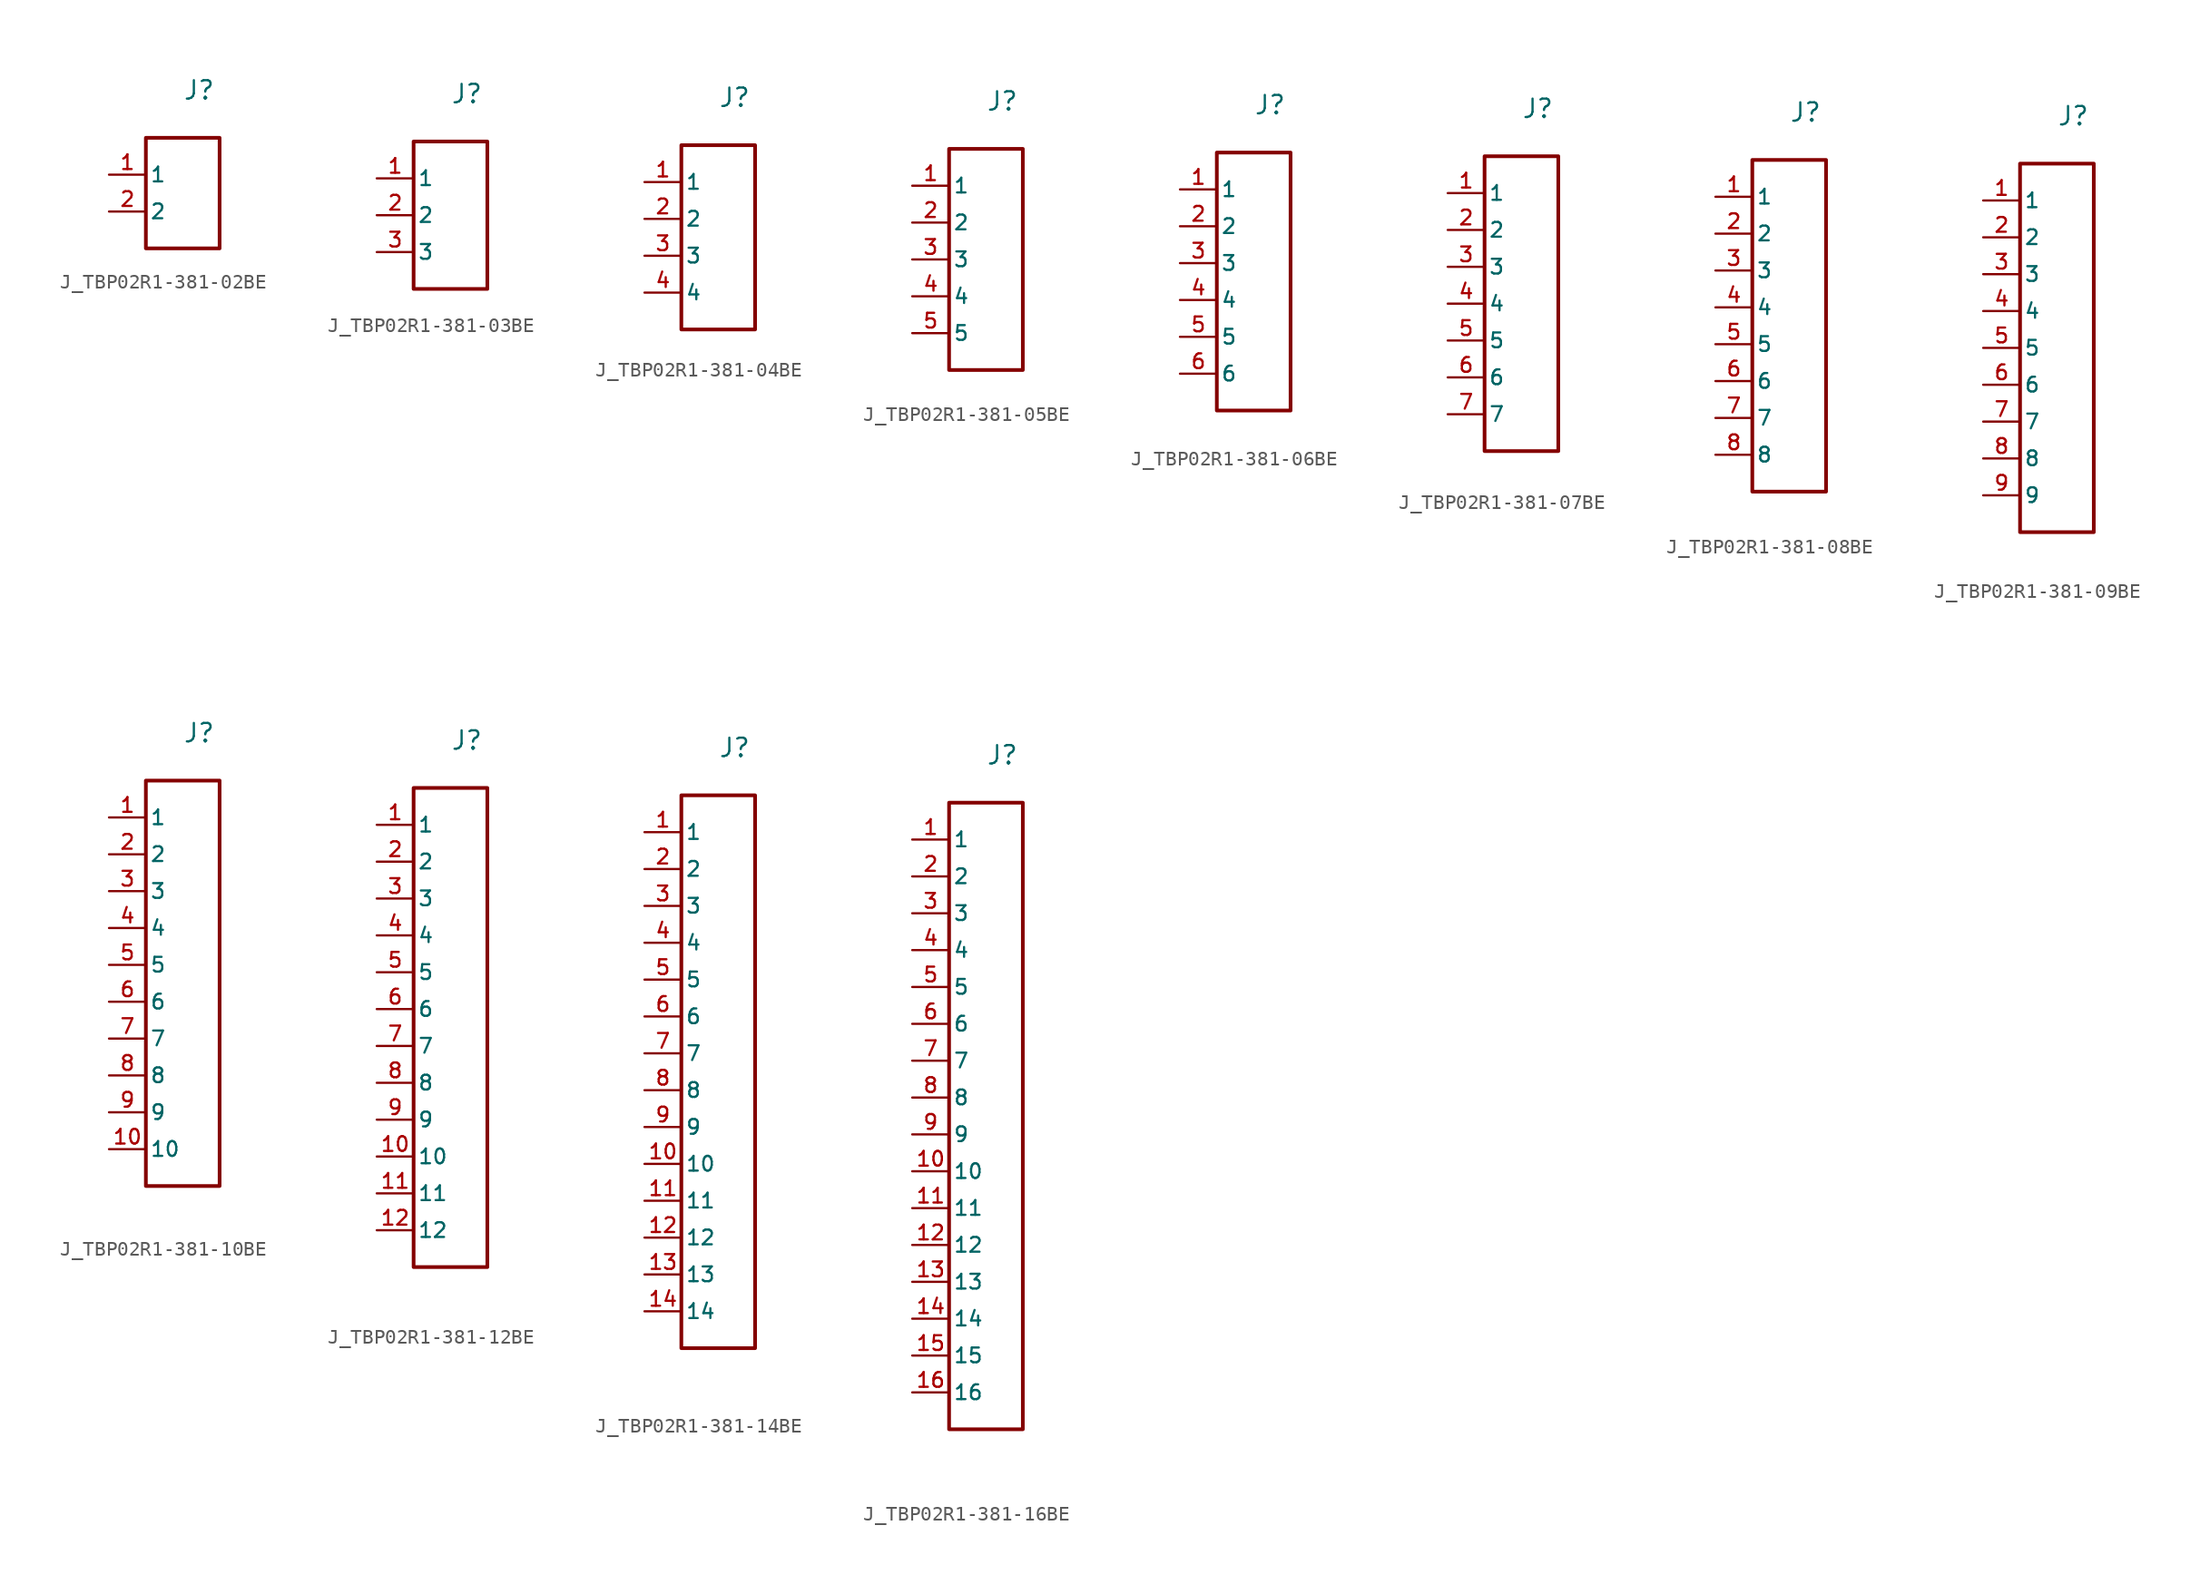
<source format=kicad_sym>
(kicad_symbol_lib
  (version 20231120)
  (generator "kicad_symbol_editor")
  (generator_version "8.0")
  (symbol "J_TBP02R1-381-02BE"
    (pin_names
      (offset 0.254))
    (property "Reference" "J"
      (at 0 6.35 0)
      (effects (font (size 1.27 1.27)) (justify left bottom)))
    (symbol "J_TBP02R1-381-02BE_0_0"
      (pin passive line (at -5.08 1.27 0) (length 2.54) (name "1" (effects (font (size 1.016 1.016)))) (number "1" (effects (font (size 1.016 1.016)))))
      (pin passive line (at -5.08 -1.27 0) (length 2.54) (name "2" (effects (font (size 1.016 1.016)))) (number "2" (effects (font (size 1.016 1.016))))))
    (symbol "J_TBP02R1-381-02BE_1_0"
      (rectangle (start -2.54 3.81) (end 2.54 -3.81) (stroke (width 0.254) (type solid)) (fill (type none)))))
  (symbol "J_TBP02R1-381-03BE"
    (pin_names
      (offset 0.254))
    (property "Reference" "J"
      (at 0 7.62 0)
      (effects (font (size 1.27 1.27)) (justify left bottom)))
    (symbol "J_TBP02R1-381-03BE_0_0"
      (pin passive line (at -5.08 2.54 0) (length 2.54) (name "1" (effects (font (size 1.016 1.016)))) (number "1" (effects (font (size 1.016 1.016)))))
      (pin passive line (at -5.08 0.0 0) (length 2.54) (name "2" (effects (font (size 1.016 1.016)))) (number "2" (effects (font (size 1.016 1.016)))))
      (pin passive line (at -5.08 -2.54 0) (length 2.54) (name "3" (effects (font (size 1.016 1.016)))) (number "3" (effects (font (size 1.016 1.016))))))
    (symbol "J_TBP02R1-381-03BE_1_0"
      (rectangle (start -2.54 5.08) (end 2.54 -5.08) (stroke (width 0.254) (type solid)) (fill (type none)))))
  (symbol "J_TBP02R1-381-04BE"
    (pin_names
      (offset 0.254))
    (property "Reference" "J"
      (at 0 8.89 0)
      (effects (font (size 1.27 1.27)) (justify left bottom)))
    (symbol "J_TBP02R1-381-04BE_0_0"
      (pin passive line (at -5.08 3.81 0) (length 2.54) (name "1" (effects (font (size 1.016 1.016)))) (number "1" (effects (font (size 1.016 1.016)))))
      (pin passive line (at -5.08 1.27 0) (length 2.54) (name "2" (effects (font (size 1.016 1.016)))) (number "2" (effects (font (size 1.016 1.016)))))
      (pin passive line (at -5.08 -1.27 0) (length 2.54) (name "3" (effects (font (size 1.016 1.016)))) (number "3" (effects (font (size 1.016 1.016)))))
      (pin passive line (at -5.08 -3.81 0) (length 2.54) (name "4" (effects (font (size 1.016 1.016)))) (number "4" (effects (font (size 1.016 1.016))))))
    (symbol "J_TBP02R1-381-04BE_1_0"
      (rectangle (start -2.54 6.35) (end 2.54 -6.35) (stroke (width 0.254) (type solid)) (fill (type none)))))
  (symbol "J_TBP02R1-381-05BE"
    (pin_names
      (offset 0.254))
    (property "Reference" "J"
      (at 0 10.16 0)
      (effects (font (size 1.27 1.27)) (justify left bottom)))
    (symbol "J_TBP02R1-381-05BE_0_0"
      (pin passive line (at -5.08 5.08 0) (length 2.54) (name "1" (effects (font (size 1.016 1.016)))) (number "1" (effects (font (size 1.016 1.016)))))
      (pin passive line (at -5.08 2.54 0) (length 2.54) (name "2" (effects (font (size 1.016 1.016)))) (number "2" (effects (font (size 1.016 1.016)))))
      (pin passive line (at -5.08 0.0 0) (length 2.54) (name "3" (effects (font (size 1.016 1.016)))) (number "3" (effects (font (size 1.016 1.016)))))
      (pin passive line (at -5.08 -2.54 0) (length 2.54) (name "4" (effects (font (size 1.016 1.016)))) (number "4" (effects (font (size 1.016 1.016)))))
      (pin passive line (at -5.08 -5.08 0) (length 2.54) (name "5" (effects (font (size 1.016 1.016)))) (number "5" (effects (font (size 1.016 1.016))))))
    (symbol "J_TBP02R1-381-05BE_1_0"
      (rectangle (start -2.54 7.62) (end 2.54 -7.62) (stroke (width 0.254) (type solid)) (fill (type none)))))
  (symbol "J_TBP02R1-381-06BE"
    (pin_names
      (offset 0.254))
    (property "Reference" "J"
      (at 0 11.43 0)
      (effects (font (size 1.27 1.27)) (justify left bottom)))
    (symbol "J_TBP02R1-381-06BE_0_0"
      (pin passive line (at -5.08 6.35 0) (length 2.54) (name "1" (effects (font (size 1.016 1.016)))) (number "1" (effects (font (size 1.016 1.016)))))
      (pin passive line (at -5.08 3.81 0) (length 2.54) (name "2" (effects (font (size 1.016 1.016)))) (number "2" (effects (font (size 1.016 1.016)))))
      (pin passive line (at -5.08 1.27 0) (length 2.54) (name "3" (effects (font (size 1.016 1.016)))) (number "3" (effects (font (size 1.016 1.016)))))
      (pin passive line (at -5.08 -1.27 0) (length 2.54) (name "4" (effects (font (size 1.016 1.016)))) (number "4" (effects (font (size 1.016 1.016)))))
      (pin passive line (at -5.08 -3.81 0) (length 2.54) (name "5" (effects (font (size 1.016 1.016)))) (number "5" (effects (font (size 1.016 1.016)))))
      (pin passive line (at -5.08 -6.35 0) (length 2.54) (name "6" (effects (font (size 1.016 1.016)))) (number "6" (effects (font (size 1.016 1.016))))))
    (symbol "J_TBP02R1-381-06BE_1_0"
      (rectangle (start -2.54 8.89) (end 2.54 -8.89) (stroke (width 0.254) (type solid)) (fill (type none)))))
  (symbol "J_TBP02R1-381-07BE"
    (pin_names
      (offset 0.254))
    (property "Reference" "J"
      (at 0 12.7 0)
      (effects (font (size 1.27 1.27)) (justify left bottom)))
    (symbol "J_TBP02R1-381-07BE_0_0"
      (pin passive line (at -5.08 7.62 0) (length 2.54) (name "1" (effects (font (size 1.016 1.016)))) (number "1" (effects (font (size 1.016 1.016)))))
      (pin passive line (at -5.08 5.08 0) (length 2.54) (name "2" (effects (font (size 1.016 1.016)))) (number "2" (effects (font (size 1.016 1.016)))))
      (pin passive line (at -5.08 2.54 0) (length 2.54) (name "3" (effects (font (size 1.016 1.016)))) (number "3" (effects (font (size 1.016 1.016)))))
      (pin passive line (at -5.08 0.0 0) (length 2.54) (name "4" (effects (font (size 1.016 1.016)))) (number "4" (effects (font (size 1.016 1.016)))))
      (pin passive line (at -5.08 -2.54 0) (length 2.54) (name "5" (effects (font (size 1.016 1.016)))) (number "5" (effects (font (size 1.016 1.016)))))
      (pin passive line (at -5.08 -5.08 0) (length 2.54) (name "6" (effects (font (size 1.016 1.016)))) (number "6" (effects (font (size 1.016 1.016)))))
      (pin passive line (at -5.08 -7.62 0) (length 2.54) (name "7" (effects (font (size 1.016 1.016)))) (number "7" (effects (font (size 1.016 1.016))))))
    (symbol "J_TBP02R1-381-07BE_1_0"
      (rectangle (start -2.54 10.16) (end 2.54 -10.16) (stroke (width 0.254) (type solid)) (fill (type none)))))
  (symbol "J_TBP02R1-381-08BE"
    (pin_names
      (offset 0.254))
    (property "Reference" "J"
      (at 0 13.97 0)
      (effects (font (size 1.27 1.27)) (justify left bottom)))
    (symbol "J_TBP02R1-381-08BE_0_0"
      (pin passive line (at -5.08 8.89 0) (length 2.54) (name "1" (effects (font (size 1.016 1.016)))) (number "1" (effects (font (size 1.016 1.016)))))
      (pin passive line (at -5.08 6.35 0) (length 2.54) (name "2" (effects (font (size 1.016 1.016)))) (number "2" (effects (font (size 1.016 1.016)))))
      (pin passive line (at -5.08 3.81 0) (length 2.54) (name "3" (effects (font (size 1.016 1.016)))) (number "3" (effects (font (size 1.016 1.016)))))
      (pin passive line (at -5.08 1.27 0) (length 2.54) (name "4" (effects (font (size 1.016 1.016)))) (number "4" (effects (font (size 1.016 1.016)))))
      (pin passive line (at -5.08 -1.27 0) (length 2.54) (name "5" (effects (font (size 1.016 1.016)))) (number "5" (effects (font (size 1.016 1.016)))))
      (pin passive line (at -5.08 -3.81 0) (length 2.54) (name "6" (effects (font (size 1.016 1.016)))) (number "6" (effects (font (size 1.016 1.016)))))
      (pin passive line (at -5.08 -6.35 0) (length 2.54) (name "7" (effects (font (size 1.016 1.016)))) (number "7" (effects (font (size 1.016 1.016)))))
      (pin passive line (at -5.08 -8.89 0) (length 2.54) (name "8" (effects (font (size 1.016 1.016)))) (number "8" (effects (font (size 1.016 1.016))))))
    (symbol "J_TBP02R1-381-08BE_1_0"
      (rectangle (start -2.54 11.43) (end 2.54 -11.43) (stroke (width 0.254) (type solid)) (fill (type none)))))
  (symbol "J_TBP02R1-381-09BE"
    (pin_names
      (offset 0.254))
    (property "Reference" "J"
      (at 0 15.24 0)
      (effects (font (size 1.27 1.27)) (justify left bottom)))
    (symbol "J_TBP02R1-381-09BE_0_0"
      (pin passive line (at -5.08 10.16 0) (length 2.54) (name "1" (effects (font (size 1.016 1.016)))) (number "1" (effects (font (size 1.016 1.016)))))
      (pin passive line (at -5.08 7.62 0) (length 2.54) (name "2" (effects (font (size 1.016 1.016)))) (number "2" (effects (font (size 1.016 1.016)))))
      (pin passive line (at -5.08 5.08 0) (length 2.54) (name "3" (effects (font (size 1.016 1.016)))) (number "3" (effects (font (size 1.016 1.016)))))
      (pin passive line (at -5.08 2.54 0) (length 2.54) (name "4" (effects (font (size 1.016 1.016)))) (number "4" (effects (font (size 1.016 1.016)))))
      (pin passive line (at -5.08 0.0 0) (length 2.54) (name "5" (effects (font (size 1.016 1.016)))) (number "5" (effects (font (size 1.016 1.016)))))
      (pin passive line (at -5.08 -2.54 0) (length 2.54) (name "6" (effects (font (size 1.016 1.016)))) (number "6" (effects (font (size 1.016 1.016)))))
      (pin passive line (at -5.08 -5.08 0) (length 2.54) (name "7" (effects (font (size 1.016 1.016)))) (number "7" (effects (font (size 1.016 1.016)))))
      (pin passive line (at -5.08 -7.62 0) (length 2.54) (name "8" (effects (font (size 1.016 1.016)))) (number "8" (effects (font (size 1.016 1.016)))))
      (pin passive line (at -5.08 -10.16 0) (length 2.54) (name "9" (effects (font (size 1.016 1.016)))) (number "9" (effects (font (size 1.016 1.016))))))
    (symbol "J_TBP02R1-381-09BE_1_0"
      (rectangle (start -2.54 12.7) (end 2.54 -12.7) (stroke (width 0.254) (type solid)) (fill (type none)))))
  (symbol "J_TBP02R1-381-10BE"
    (pin_names
      (offset 0.254))
    (property "Reference" "J"
      (at 0 16.51 0)
      (effects (font (size 1.27 1.27)) (justify left bottom)))
    (symbol "J_TBP02R1-381-10BE_0_0"
      (pin passive line (at -5.08 11.43 0) (length 2.54) (name "1" (effects (font (size 1.016 1.016)))) (number "1" (effects (font (size 1.016 1.016)))))
      (pin passive line (at -5.08 8.89 0) (length 2.54) (name "2" (effects (font (size 1.016 1.016)))) (number "2" (effects (font (size 1.016 1.016)))))
      (pin passive line (at -5.08 6.35 0) (length 2.54) (name "3" (effects (font (size 1.016 1.016)))) (number "3" (effects (font (size 1.016 1.016)))))
      (pin passive line (at -5.08 3.81 0) (length 2.54) (name "4" (effects (font (size 1.016 1.016)))) (number "4" (effects (font (size 1.016 1.016)))))
      (pin passive line (at -5.08 1.27 0) (length 2.54) (name "5" (effects (font (size 1.016 1.016)))) (number "5" (effects (font (size 1.016 1.016)))))
      (pin passive line (at -5.08 -1.27 0) (length 2.54) (name "6" (effects (font (size 1.016 1.016)))) (number "6" (effects (font (size 1.016 1.016)))))
      (pin passive line (at -5.08 -3.81 0) (length 2.54) (name "7" (effects (font (size 1.016 1.016)))) (number "7" (effects (font (size 1.016 1.016)))))
      (pin passive line (at -5.08 -6.35 0) (length 2.54) (name "8" (effects (font (size 1.016 1.016)))) (number "8" (effects (font (size 1.016 1.016)))))
      (pin passive line (at -5.08 -8.89 0) (length 2.54) (name "9" (effects (font (size 1.016 1.016)))) (number "9" (effects (font (size 1.016 1.016)))))
      (pin passive line (at -5.08 -11.43 0) (length 2.54) (name "10" (effects (font (size 1.016 1.016)))) (number "10" (effects (font (size 1.016 1.016))))))
    (symbol "J_TBP02R1-381-10BE_1_0"
      (rectangle (start -2.54 13.97) (end 2.54 -13.97) (stroke (width 0.254) (type solid)) (fill (type none)))))
  (symbol "J_TBP02R1-381-12BE"
    (pin_names
      (offset 0.254))
    (property "Reference" "J"
      (at 0 19.05 0)
      (effects (font (size 1.27 1.27)) (justify left bottom)))
    (symbol "J_TBP02R1-381-12BE_0_0"
      (pin passive line (at -5.08 13.97 0) (length 2.54) (name "1" (effects (font (size 1.016 1.016)))) (number "1" (effects (font (size 1.016 1.016)))))
      (pin passive line (at -5.08 11.43 0) (length 2.54) (name "2" (effects (font (size 1.016 1.016)))) (number "2" (effects (font (size 1.016 1.016)))))
      (pin passive line (at -5.08 8.89 0) (length 2.54) (name "3" (effects (font (size 1.016 1.016)))) (number "3" (effects (font (size 1.016 1.016)))))
      (pin passive line (at -5.08 6.35 0) (length 2.54) (name "4" (effects (font (size 1.016 1.016)))) (number "4" (effects (font (size 1.016 1.016)))))
      (pin passive line (at -5.08 3.81 0) (length 2.54) (name "5" (effects (font (size 1.016 1.016)))) (number "5" (effects (font (size 1.016 1.016)))))
      (pin passive line (at -5.08 1.27 0) (length 2.54) (name "6" (effects (font (size 1.016 1.016)))) (number "6" (effects (font (size 1.016 1.016)))))
      (pin passive line (at -5.08 -1.27 0) (length 2.54) (name "7" (effects (font (size 1.016 1.016)))) (number "7" (effects (font (size 1.016 1.016)))))
      (pin passive line (at -5.08 -3.81 0) (length 2.54) (name "8" (effects (font (size 1.016 1.016)))) (number "8" (effects (font (size 1.016 1.016)))))
      (pin passive line (at -5.08 -6.35 0) (length 2.54) (name "9" (effects (font (size 1.016 1.016)))) (number "9" (effects (font (size 1.016 1.016)))))
      (pin passive line (at -5.08 -8.89 0) (length 2.54) (name "10" (effects (font (size 1.016 1.016)))) (number "10" (effects (font (size 1.016 1.016)))))
      (pin passive line (at -5.08 -11.43 0) (length 2.54) (name "11" (effects (font (size 1.016 1.016)))) (number "11" (effects (font (size 1.016 1.016)))))
      (pin passive line (at -5.08 -13.97 0) (length 2.54) (name "12" (effects (font (size 1.016 1.016)))) (number "12" (effects (font (size 1.016 1.016))))))
    (symbol "J_TBP02R1-381-12BE_1_0"
      (rectangle (start -2.54 16.51) (end 2.54 -16.51) (stroke (width 0.254) (type solid)) (fill (type none)))))
  (symbol "J_TBP02R1-381-14BE"
    (pin_names
      (offset 0.254))
    (property "Reference" "J"
      (at 0 21.59 0)
      (effects (font (size 1.27 1.27)) (justify left bottom)))
    (symbol "J_TBP02R1-381-14BE_0_0"
      (pin passive line (at -5.08 16.51 0) (length 2.54) (name "1" (effects (font (size 1.016 1.016)))) (number "1" (effects (font (size 1.016 1.016)))))
      (pin passive line (at -5.08 13.97 0) (length 2.54) (name "2" (effects (font (size 1.016 1.016)))) (number "2" (effects (font (size 1.016 1.016)))))
      (pin passive line (at -5.08 11.43 0) (length 2.54) (name "3" (effects (font (size 1.016 1.016)))) (number "3" (effects (font (size 1.016 1.016)))))
      (pin passive line (at -5.08 8.89 0) (length 2.54) (name "4" (effects (font (size 1.016 1.016)))) (number "4" (effects (font (size 1.016 1.016)))))
      (pin passive line (at -5.08 6.35 0) (length 2.54) (name "5" (effects (font (size 1.016 1.016)))) (number "5" (effects (font (size 1.016 1.016)))))
      (pin passive line (at -5.08 3.81 0) (length 2.54) (name "6" (effects (font (size 1.016 1.016)))) (number "6" (effects (font (size 1.016 1.016)))))
      (pin passive line (at -5.08 1.27 0) (length 2.54) (name "7" (effects (font (size 1.016 1.016)))) (number "7" (effects (font (size 1.016 1.016)))))
      (pin passive line (at -5.08 -1.27 0) (length 2.54) (name "8" (effects (font (size 1.016 1.016)))) (number "8" (effects (font (size 1.016 1.016)))))
      (pin passive line (at -5.08 -3.81 0) (length 2.54) (name "9" (effects (font (size 1.016 1.016)))) (number "9" (effects (font (size 1.016 1.016)))))
      (pin passive line (at -5.08 -6.35 0) (length 2.54) (name "10" (effects (font (size 1.016 1.016)))) (number "10" (effects (font (size 1.016 1.016)))))
      (pin passive line (at -5.08 -8.89 0) (length 2.54) (name "11" (effects (font (size 1.016 1.016)))) (number "11" (effects (font (size 1.016 1.016)))))
      (pin passive line (at -5.08 -11.43 0) (length 2.54) (name "12" (effects (font (size 1.016 1.016)))) (number "12" (effects (font (size 1.016 1.016)))))
      (pin passive line (at -5.08 -13.97 0) (length 2.54) (name "13" (effects (font (size 1.016 1.016)))) (number "13" (effects (font (size 1.016 1.016)))))
      (pin passive line (at -5.08 -16.51 0) (length 2.54) (name "14" (effects (font (size 1.016 1.016)))) (number "14" (effects (font (size 1.016 1.016))))))
    (symbol "J_TBP02R1-381-14BE_1_0"
      (rectangle (start -2.54 19.05) (end 2.54 -19.05) (stroke (width 0.254) (type solid)) (fill (type none)))))
  (symbol "J_TBP02R1-381-16BE"
    (pin_names
      (offset 0.254))
    (property "Reference" "J"
      (at 0 24.13 0)
      (effects (font (size 1.27 1.27)) (justify left bottom)))
    (symbol "J_TBP02R1-381-16BE_0_0"
      (pin passive line (at -5.08 19.05 0) (length 2.54) (name "1" (effects (font (size 1.016 1.016)))) (number "1" (effects (font (size 1.016 1.016)))))
      (pin passive line (at -5.08 16.51 0) (length 2.54) (name "2" (effects (font (size 1.016 1.016)))) (number "2" (effects (font (size 1.016 1.016)))))
      (pin passive line (at -5.08 13.97 0) (length 2.54) (name "3" (effects (font (size 1.016 1.016)))) (number "3" (effects (font (size 1.016 1.016)))))
      (pin passive line (at -5.08 11.43 0) (length 2.54) (name "4" (effects (font (size 1.016 1.016)))) (number "4" (effects (font (size 1.016 1.016)))))
      (pin passive line (at -5.08 8.89 0) (length 2.54) (name "5" (effects (font (size 1.016 1.016)))) (number "5" (effects (font (size 1.016 1.016)))))
      (pin passive line (at -5.08 6.35 0) (length 2.54) (name "6" (effects (font (size 1.016 1.016)))) (number "6" (effects (font (size 1.016 1.016)))))
      (pin passive line (at -5.08 3.81 0) (length 2.54) (name "7" (effects (font (size 1.016 1.016)))) (number "7" (effects (font (size 1.016 1.016)))))
      (pin passive line (at -5.08 1.27 0) (length 2.54) (name "8" (effects (font (size 1.016 1.016)))) (number "8" (effects (font (size 1.016 1.016)))))
      (pin passive line (at -5.08 -1.27 0) (length 2.54) (name "9" (effects (font (size 1.016 1.016)))) (number "9" (effects (font (size 1.016 1.016)))))
      (pin passive line (at -5.08 -3.81 0) (length 2.54) (name "10" (effects (font (size 1.016 1.016)))) (number "10" (effects (font (size 1.016 1.016)))))
      (pin passive line (at -5.08 -6.35 0) (length 2.54) (name "11" (effects (font (size 1.016 1.016)))) (number "11" (effects (font (size 1.016 1.016)))))
      (pin passive line (at -5.08 -8.89 0) (length 2.54) (name "12" (effects (font (size 1.016 1.016)))) (number "12" (effects (font (size 1.016 1.016)))))
      (pin passive line (at -5.08 -11.43 0) (length 2.54) (name "13" (effects (font (size 1.016 1.016)))) (number "13" (effects (font (size 1.016 1.016)))))
      (pin passive line (at -5.08 -13.97 0) (length 2.54) (name "14" (effects (font (size 1.016 1.016)))) (number "14" (effects (font (size 1.016 1.016)))))
      (pin passive line (at -5.08 -16.51 0) (length 2.54) (name "15" (effects (font (size 1.016 1.016)))) (number "15" (effects (font (size 1.016 1.016)))))
      (pin passive line (at -5.08 -19.05 0) (length 2.54) (name "16" (effects (font (size 1.016 1.016)))) (number "16" (effects (font (size 1.016 1.016))))))
    (symbol "J_TBP02R1-381-16BE_1_0"
      (rectangle (start -2.54 21.59) (end 2.54 -21.59) (stroke (width 0.254) (type solid)) (fill (type none))))))
</source>
